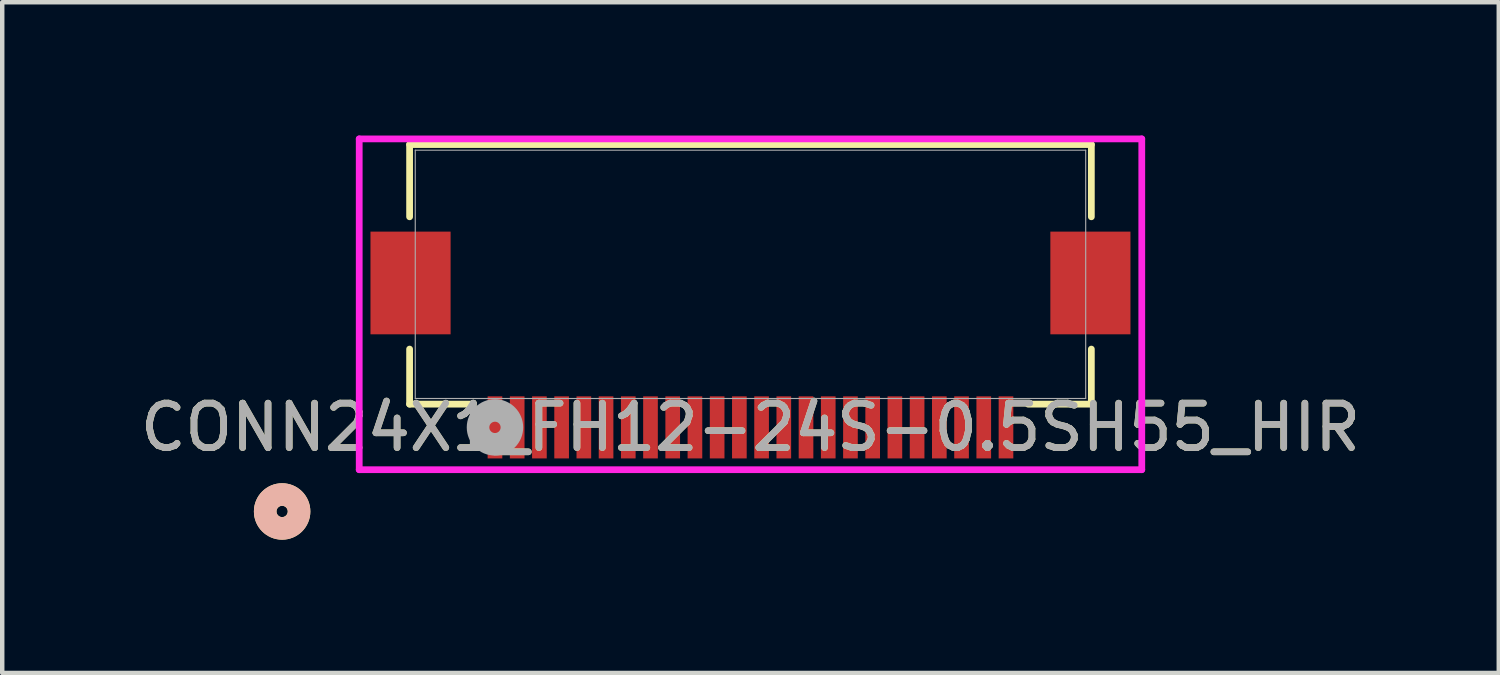
<source format=kicad_pcb>
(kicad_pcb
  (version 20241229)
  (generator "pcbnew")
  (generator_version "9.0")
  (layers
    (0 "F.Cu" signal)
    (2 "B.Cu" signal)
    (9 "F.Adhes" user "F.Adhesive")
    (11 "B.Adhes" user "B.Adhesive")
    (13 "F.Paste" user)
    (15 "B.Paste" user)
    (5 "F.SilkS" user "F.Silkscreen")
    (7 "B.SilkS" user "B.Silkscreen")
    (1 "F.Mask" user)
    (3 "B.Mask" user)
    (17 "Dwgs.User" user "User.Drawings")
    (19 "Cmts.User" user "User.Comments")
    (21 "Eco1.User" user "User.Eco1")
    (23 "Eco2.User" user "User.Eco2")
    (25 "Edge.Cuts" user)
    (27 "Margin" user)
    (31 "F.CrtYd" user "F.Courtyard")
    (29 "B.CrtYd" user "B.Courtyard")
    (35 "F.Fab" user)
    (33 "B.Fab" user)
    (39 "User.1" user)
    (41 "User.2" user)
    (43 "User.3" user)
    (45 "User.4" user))
  (footprint "CONN24X1_FH12-24S-0.5SH55_HIR"
    (layer "F.Cu")
    (at 14.01 5.016)
    (property "Reference" "CONN24X1_FH12-24S-0.5SH55_HIR" (at -0.171 1.552 0) (unlocked yes) (layer "F.SilkS") (effects (font (size 1 1) (thickness 0.15))))
    (attr smd)
    (fp_line (start -7.842 -4.813) (end -7.842 -3.187) (stroke (width 0.152) (type solid)) (layer "F.SilkS"))
    (fp_line (start -7.842 -0.21) (end -7.842 1.029) (stroke (width 0.152) (type solid)) (layer "F.SilkS"))
    (fp_line (start -7.842 1.029) (end -6.419 1.029) (stroke (width 0.152) (type solid)) (layer "F.SilkS"))
    (fp_line (start 6.077 1.029) (end 7.5 1.029) (stroke (width 0.152) (type solid)) (layer "F.SilkS"))
    (fp_line (start 7.5 -4.813) (end -7.842 -4.813) (stroke (width 0.152) (type solid)) (layer "F.SilkS"))
    (fp_line (start 7.5 -3.187) (end 7.5 -4.813) (stroke (width 0.152) (type solid)) (layer "F.SilkS"))
    (fp_line (start 7.5 1.029) (end 7.5 -0.21) (stroke (width 0.152) (type solid)) (layer "F.SilkS"))
    (fp_circle (center -10.711 3.444) (end -10.33 3.444) (stroke (width 0.508) (type solid)) (fill no) (layer "F.SilkS"))
    (fp_circle (center -10.711 3.444) (end -10.33 3.444) (stroke (width 0.508) (type solid)) (fill no) (layer "B.SilkS"))
    (fp_line (start -8.976 -4.94) (end -8.976 2.504) (stroke (width 0.152) (type solid)) (layer "F.CrtYd"))
    (fp_line (start -8.976 2.504) (end 8.635 2.504) (stroke (width 0.152) (type solid)) (layer "F.CrtYd"))
    (fp_line (start 8.635 -4.94) (end -8.976 -4.94) (stroke (width 0.152) (type solid)) (layer "F.CrtYd"))
    (fp_line (start 8.635 2.504) (end 8.635 -4.94) (stroke (width 0.152) (type solid)) (layer "F.CrtYd"))
    (fp_line (start -7.715 -4.686) (end -7.715 0.902) (stroke (width 0.025) (type solid)) (layer "F.Fab"))
    (fp_line (start -7.715 0.902) (end 7.373 0.902) (stroke (width 0.025) (type solid)) (layer "F.Fab"))
    (fp_line (start 7.373 -4.686) (end -7.715 -4.686) (stroke (width 0.025) (type solid)) (layer "F.Fab"))
    (fp_line (start 7.373 0.902) (end 7.373 -4.686) (stroke (width 0.025) (type solid)) (layer "F.Fab"))
    (fp_circle (center -5.921 1.552) (end -5.54 1.552) (stroke (width 0.508) (type solid)) (fill no) (layer "F.Fab"))
    (fp_text user "${REFERENCE}" (at -0.171 1.552 0) (unlocked yes) (layer "F.Fab") (effects (font (size 1 1) (thickness 0.15))))
    (pad "1" smd rect (at -5.921 1.552) (size 0.33 1.397) (layers "F.Cu" "F.Mask" "F.Paste"))
    (pad "2" smd rect (at -5.421 1.552) (size 0.33 1.397) (layers "F.Cu" "F.Mask" "F.Paste"))
    (pad "3" smd rect (at -4.921 1.552) (size 0.33 1.397) (layers "F.Cu" "F.Mask" "F.Paste"))
    (pad "4" smd rect (at -4.421 1.552) (size 0.33 1.397) (layers "F.Cu" "F.Mask" "F.Paste"))
    (pad "5" smd rect (at -3.921 1.552) (size 0.33 1.397) (layers "F.Cu" "F.Mask" "F.Paste"))
    (pad "6" smd rect (at -3.421 1.552) (size 0.33 1.397) (layers "F.Cu" "F.Mask" "F.Paste"))
    (pad "7" smd rect (at -2.921 1.552) (size 0.33 1.397) (layers "F.Cu" "F.Mask" "F.Paste"))
    (pad "8" smd rect (at -2.421 1.552) (size 0.33 1.397) (layers "F.Cu" "F.Mask" "F.Paste"))
    (pad "9" smd rect (at -1.921 1.552) (size 0.33 1.397) (layers "F.Cu" "F.Mask" "F.Paste"))
    (pad "10" smd rect (at -1.421 1.552) (size 0.33 1.397) (layers "F.Cu" "F.Mask" "F.Paste"))
    (pad "11" smd rect (at -0.921 1.552) (size 0.33 1.397) (layers "F.Cu" "F.Mask" "F.Paste"))
    (pad "12" smd rect (at -0.421 1.552) (size 0.33 1.397) (layers "F.Cu" "F.Mask" "F.Paste"))
    (pad "13" smd rect (at 0.079 1.552) (size 0.33 1.397) (layers "F.Cu" "F.Mask" "F.Paste"))
    (pad "14" smd rect (at 0.579 1.552) (size 0.33 1.397) (layers "F.Cu" "F.Mask" "F.Paste"))
    (pad "15" smd rect (at 1.079 1.552) (size 0.33 1.397) (layers "F.Cu" "F.Mask" "F.Paste"))
    (pad "16" smd rect (at 1.579 1.552) (size 0.33 1.397) (layers "F.Cu" "F.Mask" "F.Paste"))
    (pad "17" smd rect (at 2.079 1.552) (size 0.33 1.397) (layers "F.Cu" "F.Mask" "F.Paste"))
    (pad "18" smd rect (at 2.579 1.552) (size 0.33 1.397) (layers "F.Cu" "F.Mask" "F.Paste"))
    (pad "19" smd rect (at 3.079 1.552) (size 0.33 1.397) (layers "F.Cu" "F.Mask" "F.Paste"))
    (pad "20" smd rect (at 3.579 1.552) (size 0.33 1.397) (layers "F.Cu" "F.Mask" "F.Paste"))
    (pad "21" smd rect (at 4.079 1.552) (size 0.33 1.397) (layers "F.Cu" "F.Mask" "F.Paste"))
    (pad "22" smd rect (at 4.579 1.552) (size 0.33 1.397) (layers "F.Cu" "F.Mask" "F.Paste"))
    (pad "23" smd rect (at 5.079 1.552) (size 0.33 1.397) (layers "F.Cu" "F.Mask" "F.Paste"))
    (pad "24" smd rect (at 5.579 1.552) (size 0.33 1.397) (layers "F.Cu" "F.Mask" "F.Paste"))
    (pad "25" smd rect (at -7.821 -1.698) (size 1.803 2.311) (layers "F.Cu" "F.Mask" "F.Paste"))
    (pad "26" smd rect (at 7.479 -1.698) (size 1.803 2.311) (layers "F.Cu" "F.Mask" "F.Paste")))
  (gr_rect
    (start -3 -3)
    (end 30.679 12.095)
    (stroke (width 0.1) (type default))
    (fill no)
    (layer "Edge.Cuts")))
</source>
